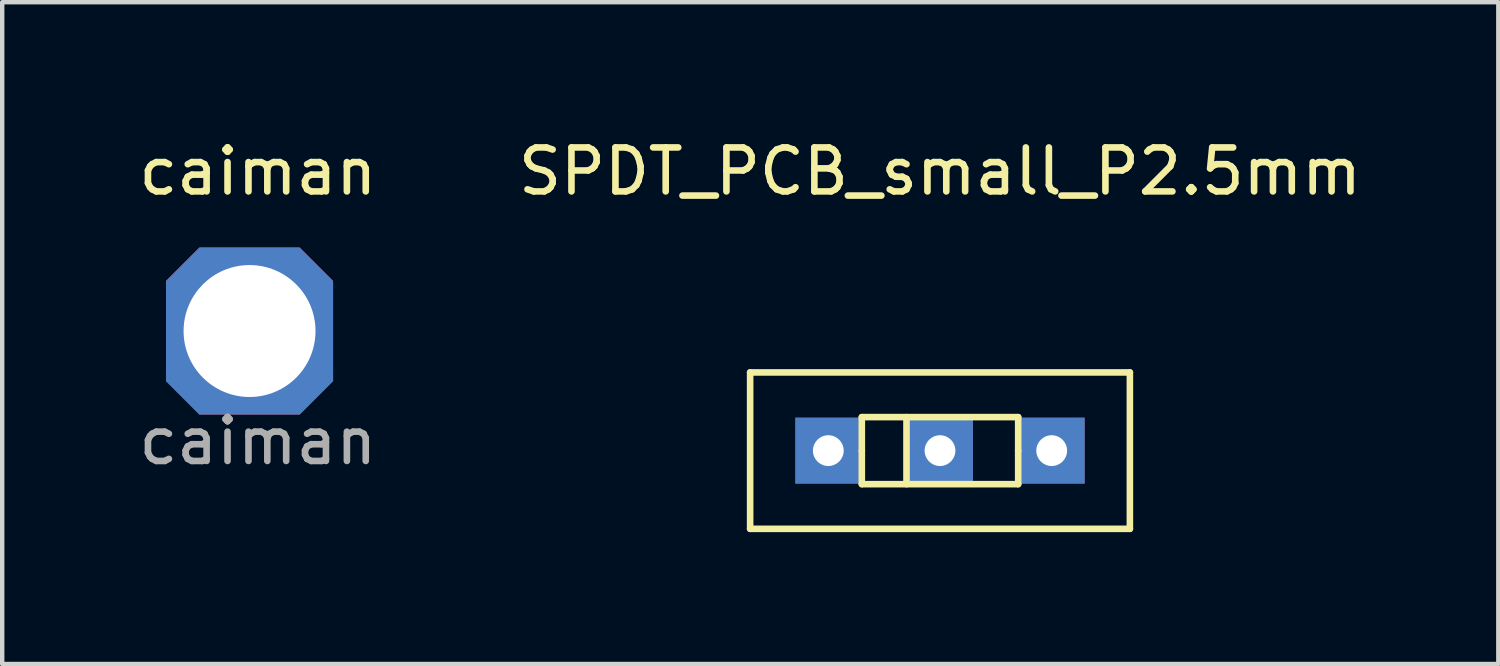
<source format=kicad_pcb>
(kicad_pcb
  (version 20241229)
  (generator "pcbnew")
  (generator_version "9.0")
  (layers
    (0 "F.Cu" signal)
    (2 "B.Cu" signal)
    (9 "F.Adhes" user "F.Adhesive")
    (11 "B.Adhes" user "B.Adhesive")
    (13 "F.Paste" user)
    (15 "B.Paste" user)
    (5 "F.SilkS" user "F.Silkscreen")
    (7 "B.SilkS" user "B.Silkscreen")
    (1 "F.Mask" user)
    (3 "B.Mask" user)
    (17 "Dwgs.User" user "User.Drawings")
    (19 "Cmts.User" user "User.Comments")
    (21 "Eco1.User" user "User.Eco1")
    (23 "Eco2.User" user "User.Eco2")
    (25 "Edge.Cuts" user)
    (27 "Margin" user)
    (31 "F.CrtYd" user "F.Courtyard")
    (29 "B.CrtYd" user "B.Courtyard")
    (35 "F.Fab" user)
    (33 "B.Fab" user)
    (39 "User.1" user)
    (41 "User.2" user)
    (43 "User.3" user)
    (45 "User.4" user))
  (footprint "caiman"
    (layer "F.Cu")
    (at 2.815 4.478)
    (property "Reference" "caiman" (at 0 -3.63 0) (unlocked yes) (layer "F.SilkS") (effects (font (size 1 1) (thickness 0.15))))
    (fp_text user "${REFERENCE}" (at 0 2.5 0) (unlocked yes) (layer "F.Fab") (effects (font (size 1 1) (thickness 0.15))))
    (pad "1" thru_hole roundrect (at -0.19 0) (size 3.8 3.8) (drill 3) (layers "*.Cu" "*.Mask") (roundrect_rratio 0) (chamfer_ratio 0.2) (chamfer top_left top_right bottom_left bottom_right)))
  (footprint "SPDT_PCB_small_P2.5mm"
    (layer "F.Cu")
    (at 18.327 7.198)
    (property "Reference" "SPDT_PCB_small_P2.5mm" (at 0 -6.35 0) (layer "F.SilkS") (effects (font (size 1 1) (thickness 0.15))))
    (attr through_hole)
    (fp_line (start -4.318 -1.778) (end 4.318 -1.778) (stroke (width 0.15) (type solid)) (layer "F.SilkS"))
    (fp_line (start -4.318 1.778) (end -4.318 -1.778) (stroke (width 0.15) (type solid)) (layer "F.SilkS"))
    (fp_line (start -1.778 -0.762) (end 1.778 -0.762) (stroke (width 0.15) (type solid)) (layer "F.SilkS"))
    (fp_line (start -1.778 0) (end -1.778 -0.762) (stroke (width 0.15) (type solid)) (layer "F.SilkS"))
    (fp_line (start -1.778 0.762) (end -1.778 0) (stroke (width 0.15) (type solid)) (layer "F.SilkS"))
    (fp_line (start -0.762 -0.762) (end -0.762 0.762) (stroke (width 0.15) (type solid)) (layer "F.SilkS"))
    (fp_line (start 1.778 -0.762) (end 1.778 0) (stroke (width 0.15) (type solid)) (layer "F.SilkS"))
    (fp_line (start 1.778 0) (end 1.778 0.762) (stroke (width 0.15) (type solid)) (layer "F.SilkS"))
    (fp_line (start 1.778 0.762) (end -1.778 0.762) (stroke (width 0.15) (type solid)) (layer "F.SilkS"))
    (fp_line (start 4.318 -1.778) (end 4.318 1.778) (stroke (width 0.15) (type solid)) (layer "F.SilkS"))
    (fp_line (start 4.318 1.778) (end -4.318 1.778) (stroke (width 0.15) (type solid)) (layer "F.SilkS"))
    (pad "1" thru_hole rect (at -2.54 0) (size 1.5 1.5) (drill oval 0.7) (layers "*.Cu" "*.Mask"))
    (pad "2" thru_hole rect (at 0 0) (size 1.5 1.5) (drill oval 0.7) (layers "*.Cu" "*.Mask"))
    (pad "3" thru_hole rect (at 2.54 0) (size 1.5 1.5) (drill oval 0.7) (layers "*.Cu" "*.Mask")))
  (gr_rect
    (start -3 -3)
    (end 31.024 12.051)
    (stroke (width 0.1) (type default))
    (fill no)
    (layer "Edge.Cuts")))
</source>
